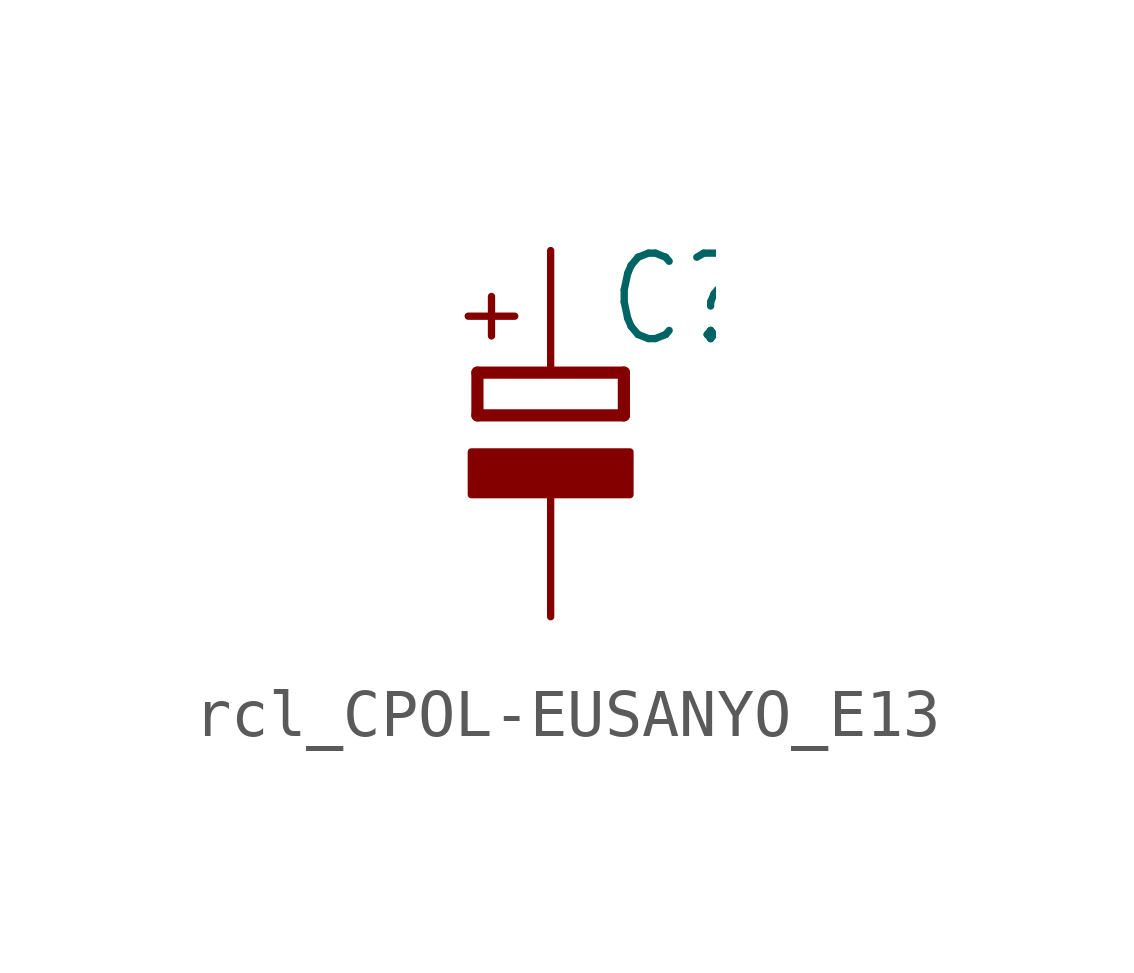
<source format=kicad_sym>
(kicad_symbol_lib
  (version 20231120)
  (generator "kicad_symbol_editor")
  (generator_version "8.0")
  (symbol "rcl_CPOL-EUSANYO_E13"
    (property "Reference" "C"
      (at 1.143 0.483 0)
      (effects (font (size 1.778 1.511)) (justify left bottom)))
    (property "Value" ""
      (at 1.143 -4.597 0)
      (effects (font (size 1.778 1.511)) (justify left bottom)))
    (property "ki_locked" ""
      (at 0 0 0)
      (effects (font (size 1.27 1.27))))
    (symbol "rcl_CPOL-EUSANYO_E13_1_0"
      (rectangle (start -1.651 -2.54) (end 1.651 -1.651) (stroke (width 0) (type default)) (fill (type outline)))
      (polyline (pts (xy -1.524 -0.889) (xy 1.524 -0.889)) (stroke (width 0.254) (type solid)) (fill (type none)))
      (polyline (pts (xy -1.524 0) (xy -1.524 -0.889)) (stroke (width 0.254) (type solid)) (fill (type none)))
      (polyline (pts (xy -1.524 0) (xy 1.524 0)) (stroke (width 0.254) (type solid)) (fill (type none)))
      (polyline (pts (xy 1.524 -0.889) (xy 1.524 0)) (stroke (width 0.254) (type solid)) (fill (type none)))
      (text "+" (at -0.584 0.406 900) (effects (font (size 1.27 1.079)) (justify left bottom)))
      (pin passive line (at 0 2.54 270) (length 2.54) (name "+" (effects (font (size 0 0)))) (number "+" (effects (font (size 0 0)))))
      (pin passive line (at 0 -5.08 90) (length 2.54) (name "-" (effects (font (size 0 0)))) (number "-" (effects (font (size 0 0))))))))
</source>
